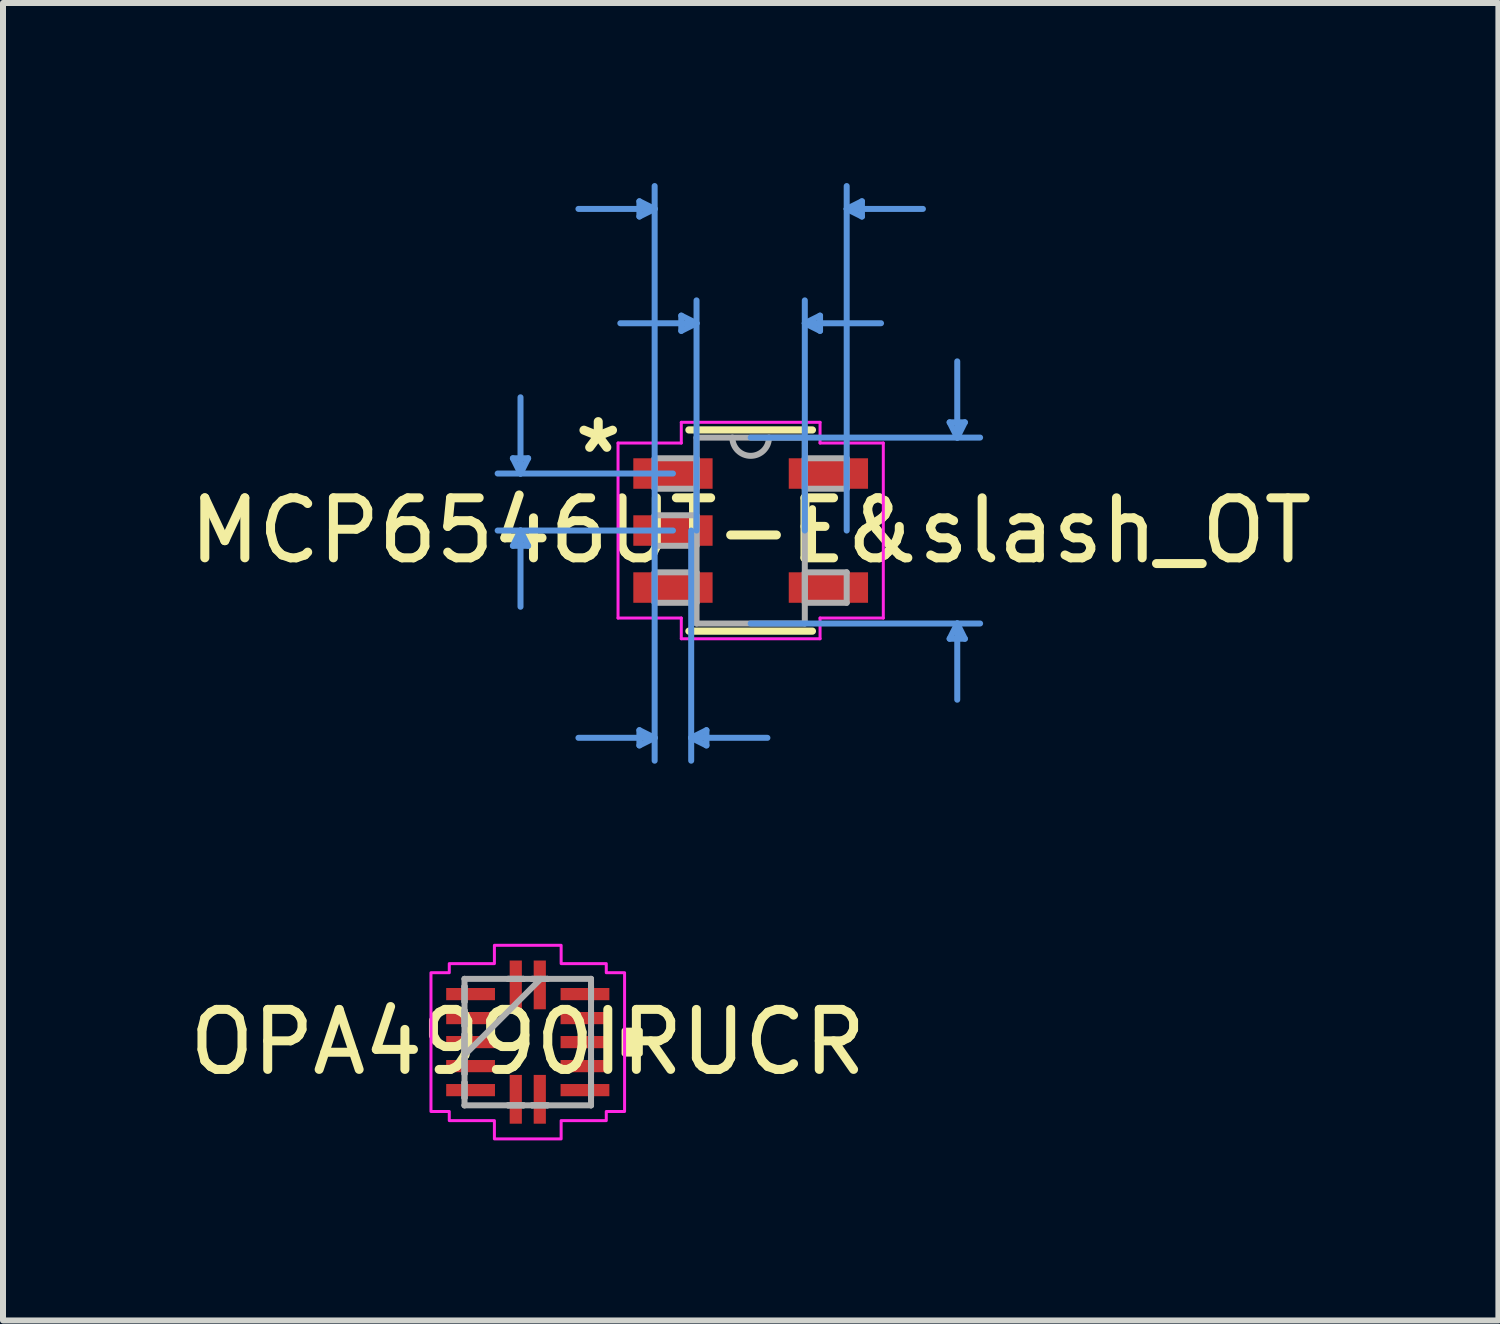
<source format=kicad_pcb>
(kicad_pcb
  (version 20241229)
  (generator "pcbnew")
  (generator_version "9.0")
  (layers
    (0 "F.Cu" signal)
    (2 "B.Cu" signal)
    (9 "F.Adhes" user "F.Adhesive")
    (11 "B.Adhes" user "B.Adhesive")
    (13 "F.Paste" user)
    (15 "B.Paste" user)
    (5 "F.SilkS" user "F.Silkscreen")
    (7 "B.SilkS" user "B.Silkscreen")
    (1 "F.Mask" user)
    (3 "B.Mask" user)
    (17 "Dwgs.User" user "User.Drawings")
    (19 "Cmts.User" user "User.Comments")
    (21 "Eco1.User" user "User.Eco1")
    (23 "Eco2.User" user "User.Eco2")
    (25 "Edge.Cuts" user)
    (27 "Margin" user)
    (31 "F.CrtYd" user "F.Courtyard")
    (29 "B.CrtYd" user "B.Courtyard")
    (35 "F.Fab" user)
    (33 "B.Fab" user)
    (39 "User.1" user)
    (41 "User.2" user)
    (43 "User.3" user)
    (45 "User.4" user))
  (footprint "MCP6546UT-E&slash_OT"
    (layer "F.Cu")
    (at 9.458 5.79)
    (property "Reference" "MCP6546UT-E&slash_OT" (at 0 0 0) (layer "F.SilkS") (effects (font (size 1 1) (thickness 0.15))))
    (attr through_hole)
    (fp_line (start -1.029 1.676) (end 1.029 1.676) (stroke (width 0.12) (type solid)) (layer "F.SilkS"))
    (fp_line (start 1.029 -1.676) (end -1.029 -1.676) (stroke (width 0.12) (type solid)) (layer "F.SilkS"))
    (fp_line (start 1.029 0.363) (end 1.029 -0.363) (stroke (width 0.12) (type solid)) (layer "F.SilkS"))
    (fp_line (start -3.962 -1.204) (end -3.708 -1.204) (stroke (width 0.1) (type solid)) (layer "Cmts.User"))
    (fp_line (start -3.962 0.254) (end -3.708 0.254) (stroke (width 0.1) (type solid)) (layer "Cmts.User"))
    (fp_line (start -3.835 -0.95) (end -3.962 -1.204) (stroke (width 0.1) (type solid)) (layer "Cmts.User"))
    (fp_line (start -3.835 -0.95) (end -3.835 -2.22) (stroke (width 0.1) (type solid)) (layer "Cmts.User"))
    (fp_line (start -3.835 -0.95) (end -3.708 -1.204) (stroke (width 0.1) (type solid)) (layer "Cmts.User"))
    (fp_line (start -3.835 0) (end -3.962 0.254) (stroke (width 0.1) (type solid)) (layer "Cmts.User"))
    (fp_line (start -3.835 0) (end -3.835 1.27) (stroke (width 0.1) (type solid)) (layer "Cmts.User"))
    (fp_line (start -3.835 0) (end -3.708 0.254) (stroke (width 0.1) (type solid)) (layer "Cmts.User"))
    (fp_line (start -1.854 -5.486) (end -1.854 -5.232) (stroke (width 0.1) (type solid)) (layer "Cmts.User"))
    (fp_line (start -1.854 3.327) (end -1.854 3.581) (stroke (width 0.1) (type solid)) (layer "Cmts.User"))
    (fp_line (start -1.6 -5.359) (end -2.87 -5.359) (stroke (width 0.1) (type solid)) (layer "Cmts.User"))
    (fp_line (start -1.6 -5.359) (end -1.854 -5.486) (stroke (width 0.1) (type solid)) (layer "Cmts.User"))
    (fp_line (start -1.6 -5.359) (end -1.854 -5.232) (stroke (width 0.1) (type solid)) (layer "Cmts.User"))
    (fp_line (start -1.6 0) (end -1.6 -5.74) (stroke (width 0.1) (type solid)) (layer "Cmts.User"))
    (fp_line (start -1.6 0) (end -1.6 3.835) (stroke (width 0.1) (type solid)) (layer "Cmts.User"))
    (fp_line (start -1.6 3.454) (end -2.87 3.454) (stroke (width 0.1) (type solid)) (layer "Cmts.User"))
    (fp_line (start -1.6 3.454) (end -1.854 3.327) (stroke (width 0.1) (type solid)) (layer "Cmts.User"))
    (fp_line (start -1.6 3.454) (end -1.854 3.581) (stroke (width 0.1) (type solid)) (layer "Cmts.User"))
    (fp_line (start -1.295 -0.95) (end -4.216 -0.95) (stroke (width 0.1) (type solid)) (layer "Cmts.User"))
    (fp_line (start -1.295 0) (end -4.216 0) (stroke (width 0.1) (type solid)) (layer "Cmts.User"))
    (fp_line (start -1.156 -3.581) (end -1.156 -3.327) (stroke (width 0.1) (type solid)) (layer "Cmts.User"))
    (fp_line (start -0.991 0) (end -0.991 3.835) (stroke (width 0.1) (type solid)) (layer "Cmts.User"))
    (fp_line (start -0.991 3.454) (end -0.737 3.327) (stroke (width 0.1) (type solid)) (layer "Cmts.User"))
    (fp_line (start -0.991 3.454) (end -0.737 3.581) (stroke (width 0.1) (type solid)) (layer "Cmts.User"))
    (fp_line (start -0.991 3.454) (end 0.279 3.454) (stroke (width 0.1) (type solid)) (layer "Cmts.User"))
    (fp_line (start -0.902 -3.454) (end -2.172 -3.454) (stroke (width 0.1) (type solid)) (layer "Cmts.User"))
    (fp_line (start -0.902 -3.454) (end -1.156 -3.581) (stroke (width 0.1) (type solid)) (layer "Cmts.User"))
    (fp_line (start -0.902 -3.454) (end -1.156 -3.327) (stroke (width 0.1) (type solid)) (layer "Cmts.User"))
    (fp_line (start -0.902 0) (end -0.902 -3.835) (stroke (width 0.1) (type solid)) (layer "Cmts.User"))
    (fp_line (start -0.737 3.327) (end -0.737 3.581) (stroke (width 0.1) (type solid)) (layer "Cmts.User"))
    (fp_line (start 0 -1.549) (end 3.823 -1.549) (stroke (width 0.1) (type solid)) (layer "Cmts.User"))
    (fp_line (start 0 1.549) (end 3.823 1.549) (stroke (width 0.1) (type solid)) (layer "Cmts.User"))
    (fp_line (start 0.902 -3.454) (end 1.156 -3.581) (stroke (width 0.1) (type solid)) (layer "Cmts.User"))
    (fp_line (start 0.902 -3.454) (end 1.156 -3.327) (stroke (width 0.1) (type solid)) (layer "Cmts.User"))
    (fp_line (start 0.902 -3.454) (end 2.172 -3.454) (stroke (width 0.1) (type solid)) (layer "Cmts.User"))
    (fp_line (start 0.902 0) (end 0.902 -3.835) (stroke (width 0.1) (type solid)) (layer "Cmts.User"))
    (fp_line (start 1.156 -3.581) (end 1.156 -3.327) (stroke (width 0.1) (type solid)) (layer "Cmts.User"))
    (fp_line (start 1.6 -5.359) (end 1.854 -5.486) (stroke (width 0.1) (type solid)) (layer "Cmts.User"))
    (fp_line (start 1.6 -5.359) (end 1.854 -5.232) (stroke (width 0.1) (type solid)) (layer "Cmts.User"))
    (fp_line (start 1.6 -5.359) (end 2.87 -5.359) (stroke (width 0.1) (type solid)) (layer "Cmts.User"))
    (fp_line (start 1.6 0) (end 1.6 -5.74) (stroke (width 0.1) (type solid)) (layer "Cmts.User"))
    (fp_line (start 1.854 -5.486) (end 1.854 -5.232) (stroke (width 0.1) (type solid)) (layer "Cmts.User"))
    (fp_line (start 3.315 -1.803) (end 3.569 -1.803) (stroke (width 0.1) (type solid)) (layer "Cmts.User"))
    (fp_line (start 3.315 1.803) (end 3.569 1.803) (stroke (width 0.1) (type solid)) (layer "Cmts.User"))
    (fp_line (start 3.442 -1.549) (end 3.315 -1.803) (stroke (width 0.1) (type solid)) (layer "Cmts.User"))
    (fp_line (start 3.442 -1.549) (end 3.442 -2.819) (stroke (width 0.1) (type solid)) (layer "Cmts.User"))
    (fp_line (start 3.442 -1.549) (end 3.569 -1.803) (stroke (width 0.1) (type solid)) (layer "Cmts.User"))
    (fp_line (start 3.442 1.549) (end 3.315 1.803) (stroke (width 0.1) (type solid)) (layer "Cmts.User"))
    (fp_line (start 3.442 1.549) (end 3.442 2.819) (stroke (width 0.1) (type solid)) (layer "Cmts.User"))
    (fp_line (start 3.442 1.549) (end 3.569 1.803) (stroke (width 0.1) (type solid)) (layer "Cmts.User"))
    (fp_line (start -2.21 -1.458) (end -1.156 -1.458) (stroke (width 0.05) (type solid)) (layer "F.CrtYd"))
    (fp_line (start -2.21 1.458) (end -2.21 -1.458) (stroke (width 0.05) (type solid)) (layer "F.CrtYd"))
    (fp_line (start -1.156 -1.803) (end 1.156 -1.803) (stroke (width 0.05) (type solid)) (layer "F.CrtYd"))
    (fp_line (start -1.156 -1.458) (end -1.156 -1.803) (stroke (width 0.05) (type solid)) (layer "F.CrtYd"))
    (fp_line (start -1.156 1.458) (end -2.21 1.458) (stroke (width 0.05) (type solid)) (layer "F.CrtYd"))
    (fp_line (start -1.156 1.803) (end -1.156 1.458) (stroke (width 0.05) (type solid)) (layer "F.CrtYd"))
    (fp_line (start 1.156 -1.803) (end 1.156 -1.458) (stroke (width 0.05) (type solid)) (layer "F.CrtYd"))
    (fp_line (start 1.156 -1.458) (end 2.21 -1.458) (stroke (width 0.05) (type solid)) (layer "F.CrtYd"))
    (fp_line (start 1.156 1.458) (end 1.156 1.803) (stroke (width 0.05) (type solid)) (layer "F.CrtYd"))
    (fp_line (start 1.156 1.803) (end -1.156 1.803) (stroke (width 0.05) (type solid)) (layer "F.CrtYd"))
    (fp_line (start 2.21 -1.458) (end 2.21 1.458) (stroke (width 0.05) (type solid)) (layer "F.CrtYd"))
    (fp_line (start 2.21 1.458) (end 1.156 1.458) (stroke (width 0.05) (type solid)) (layer "F.CrtYd"))
    (fp_line (start -1.6 -1.204) (end -1.6 -0.696) (stroke (width 0.1) (type solid)) (layer "F.Fab"))
    (fp_line (start -1.6 -0.696) (end -0.902 -0.696) (stroke (width 0.1) (type solid)) (layer "F.Fab"))
    (fp_line (start -1.6 -0.254) (end -1.6 0.254) (stroke (width 0.1) (type solid)) (layer "F.Fab"))
    (fp_line (start -1.6 0.254) (end -0.902 0.254) (stroke (width 0.1) (type solid)) (layer "F.Fab"))
    (fp_line (start -1.6 0.696) (end -1.6 1.204) (stroke (width 0.1) (type solid)) (layer "F.Fab"))
    (fp_line (start -1.6 1.204) (end -0.902 1.204) (stroke (width 0.1) (type solid)) (layer "F.Fab"))
    (fp_line (start -0.902 -1.549) (end -0.902 1.549) (stroke (width 0.1) (type solid)) (layer "F.Fab"))
    (fp_line (start -0.902 -1.204) (end -1.6 -1.204) (stroke (width 0.1) (type solid)) (layer "F.Fab"))
    (fp_line (start -0.902 -0.696) (end -0.902 -1.204) (stroke (width 0.1) (type solid)) (layer "F.Fab"))
    (fp_line (start -0.902 -0.254) (end -1.6 -0.254) (stroke (width 0.1) (type solid)) (layer "F.Fab"))
    (fp_line (start -0.902 0.254) (end -0.902 -0.254) (stroke (width 0.1) (type solid)) (layer "F.Fab"))
    (fp_line (start -0.902 0.696) (end -1.6 0.696) (stroke (width 0.1) (type solid)) (layer "F.Fab"))
    (fp_line (start -0.902 1.204) (end -0.902 0.696) (stroke (width 0.1) (type solid)) (layer "F.Fab"))
    (fp_line (start -0.902 1.549) (end 0.902 1.549) (stroke (width 0.1) (type solid)) (layer "F.Fab"))
    (fp_line (start 0.902 -1.549) (end -0.902 -1.549) (stroke (width 0.1) (type solid)) (layer "F.Fab"))
    (fp_line (start 0.902 -1.204) (end 0.902 -0.696) (stroke (width 0.1) (type solid)) (layer "F.Fab"))
    (fp_line (start 0.902 -0.696) (end 1.6 -0.696) (stroke (width 0.1) (type solid)) (layer "F.Fab"))
    (fp_line (start 0.902 0.696) (end 0.902 1.204) (stroke (width 0.1) (type solid)) (layer "F.Fab"))
    (fp_line (start 0.902 1.204) (end 1.6 1.204) (stroke (width 0.1) (type solid)) (layer "F.Fab"))
    (fp_line (start 0.902 1.549) (end 0.902 -1.549) (stroke (width 0.1) (type solid)) (layer "F.Fab"))
    (fp_line (start 1.6 -1.204) (end 0.902 -1.204) (stroke (width 0.1) (type solid)) (layer "F.Fab"))
    (fp_line (start 1.6 -0.696) (end 1.6 -1.204) (stroke (width 0.1) (type solid)) (layer "F.Fab"))
    (fp_line (start 1.6 0.696) (end 0.902 0.696) (stroke (width 0.1) (type solid)) (layer "F.Fab"))
    (fp_line (start 1.6 1.204) (end 1.6 0.696) (stroke (width 0.1) (type solid)) (layer "F.Fab"))
    (fp_arc (start 0.3048 -1.5494) (mid 0 -1.2446) (end -0.3048 -1.5494) (stroke (width 0.1) (type solid)) (layer "F.Fab"))
    (fp_text user "*" (at -2.54 -1.27 0) (layer "F.SilkS") (effects (font (size 1 1) (thickness 0.15))))
    (pad "1" smd rect (at -1.295 -0.95) (size 1.321 0.508) (layers "F.Cu" "F.Mask" "F.Paste"))
    (pad "2" smd rect (at -1.295 0) (size 1.321 0.508) (layers "F.Cu" "F.Mask" "F.Paste"))
    (pad "3" smd rect (at -1.295 0.95) (size 1.321 0.508) (layers "F.Cu" "F.Mask" "F.Paste"))
    (pad "4" smd rect (at 1.295 0.95) (size 1.321 0.508) (layers "F.Cu" "F.Mask" "F.Paste"))
    (pad "5" smd rect (at 1.295 -0.95) (size 1.321 0.508) (layers "F.Cu" "F.Mask" "F.Paste")))
  (footprint "OPA4990IRUCR"
    (layer "F.Cu")
    (at 5.744 14.314)
    (property "Reference" "OPA4990IRUCR" (at 0 0 0) (layer "F.SilkS") (effects (font (size 1 1) (thickness 0.15))))
    (attr through_hole)
    (fp_poly (pts (xy 1.867 -0.191) (xy 1.867 0.191) (xy 1.613 0.191) (xy 1.613 -0.191)) (stroke (width 0.1) (type solid)) (fill yes) (layer "F.SilkS"))
    (fp_poly (pts (xy -0.556 1.308) (xy -0.556 1.613) (xy 0.556 1.613) (xy 0.556 1.308) (xy 1.308 1.308) (xy 1.308 1.156) (xy 1.613 1.156) (xy 1.613 -1.156) (xy 1.308 -1.156) (xy 1.308 -1.308) (xy 0.556 -1.308) (xy 0.556 -1.613) (xy -0.556 -1.613) (xy -0.556 -1.308) (xy -1.308 -1.308) (xy -1.308 -1.156) (xy -1.613 -1.156) (xy -1.613 1.156) (xy -1.308 1.156) (xy -1.308 1.308)) (stroke (width 0.05) (type solid)) (fill no) (layer "F.CrtYd"))
    (fp_line (start -1.054 -1.054) (end -1.054 -1.054) (stroke (width 0.1) (type solid)) (layer "F.Fab"))
    (fp_line (start -1.054 -1.054) (end -1.054 1.054) (stroke (width 0.1) (type solid)) (layer "F.Fab"))
    (fp_line (start -1.054 -0.927) (end -1.054 -0.927) (stroke (width 0.1) (type solid)) (layer "F.Fab"))
    (fp_line (start -1.054 -0.927) (end -1.054 -0.673) (stroke (width 0.1) (type solid)) (layer "F.Fab"))
    (fp_line (start -1.054 -0.673) (end -1.054 -0.927) (stroke (width 0.1) (type solid)) (layer "F.Fab"))
    (fp_line (start -1.054 -0.673) (end -1.054 -0.673) (stroke (width 0.1) (type solid)) (layer "F.Fab"))
    (fp_line (start -1.054 -0.527) (end -1.054 -0.527) (stroke (width 0.1) (type solid)) (layer "F.Fab"))
    (fp_line (start -1.054 -0.527) (end -1.054 -0.273) (stroke (width 0.1) (type solid)) (layer "F.Fab"))
    (fp_line (start -1.054 -0.273) (end -1.054 -0.527) (stroke (width 0.1) (type solid)) (layer "F.Fab"))
    (fp_line (start -1.054 -0.273) (end -1.054 -0.273) (stroke (width 0.1) (type solid)) (layer "F.Fab"))
    (fp_line (start -1.054 -0.127) (end -1.054 -0.127) (stroke (width 0.1) (type solid)) (layer "F.Fab"))
    (fp_line (start -1.054 -0.127) (end -1.054 0.127) (stroke (width 0.1) (type solid)) (layer "F.Fab"))
    (fp_line (start -1.054 0.127) (end -1.054 -0.127) (stroke (width 0.1) (type solid)) (layer "F.Fab"))
    (fp_line (start -1.054 0.127) (end -1.054 0.127) (stroke (width 0.1) (type solid)) (layer "F.Fab"))
    (fp_line (start -1.054 0.216) (end 0.216 -1.054) (stroke (width 0.1) (type solid)) (layer "F.Fab"))
    (fp_line (start -1.054 0.273) (end -1.054 0.273) (stroke (width 0.1) (type solid)) (layer "F.Fab"))
    (fp_line (start -1.054 0.273) (end -1.054 0.527) (stroke (width 0.1) (type solid)) (layer "F.Fab"))
    (fp_line (start -1.054 0.527) (end -1.054 0.273) (stroke (width 0.1) (type solid)) (layer "F.Fab"))
    (fp_line (start -1.054 0.527) (end -1.054 0.527) (stroke (width 0.1) (type solid)) (layer "F.Fab"))
    (fp_line (start -1.054 0.673) (end -1.054 0.673) (stroke (width 0.1) (type solid)) (layer "F.Fab"))
    (fp_line (start -1.054 0.673) (end -1.054 0.927) (stroke (width 0.1) (type solid)) (layer "F.Fab"))
    (fp_line (start -1.054 0.927) (end -1.054 0.673) (stroke (width 0.1) (type solid)) (layer "F.Fab"))
    (fp_line (start -1.054 0.927) (end -1.054 0.927) (stroke (width 0.1) (type solid)) (layer "F.Fab"))
    (fp_line (start -1.054 1.054) (end -1.054 1.054) (stroke (width 0.1) (type solid)) (layer "F.Fab"))
    (fp_line (start -1.054 1.054) (end 1.054 1.054) (stroke (width 0.1) (type solid)) (layer "F.Fab"))
    (fp_line (start -0.327 -1.054) (end -0.327 -1.054) (stroke (width 0.1) (type solid)) (layer "F.Fab"))
    (fp_line (start -0.327 -1.054) (end -0.073 -1.054) (stroke (width 0.1) (type solid)) (layer "F.Fab"))
    (fp_line (start -0.327 1.054) (end -0.327 1.054) (stroke (width 0.1) (type solid)) (layer "F.Fab"))
    (fp_line (start -0.327 1.054) (end -0.073 1.054) (stroke (width 0.1) (type solid)) (layer "F.Fab"))
    (fp_line (start -0.073 -1.054) (end -0.327 -1.054) (stroke (width 0.1) (type solid)) (layer "F.Fab"))
    (fp_line (start -0.073 -1.054) (end -0.073 -1.054) (stroke (width 0.1) (type solid)) (layer "F.Fab"))
    (fp_line (start -0.073 1.054) (end -0.327 1.054) (stroke (width 0.1) (type solid)) (layer "F.Fab"))
    (fp_line (start -0.073 1.054) (end -0.073 1.054) (stroke (width 0.1) (type solid)) (layer "F.Fab"))
    (fp_line (start 0.073 -1.054) (end 0.073 -1.054) (stroke (width 0.1) (type solid)) (layer "F.Fab"))
    (fp_line (start 0.073 -1.054) (end 0.327 -1.054) (stroke (width 0.1) (type solid)) (layer "F.Fab"))
    (fp_line (start 0.073 1.054) (end 0.073 1.054) (stroke (width 0.1) (type solid)) (layer "F.Fab"))
    (fp_line (start 0.073 1.054) (end 0.327 1.054) (stroke (width 0.1) (type solid)) (layer "F.Fab"))
    (fp_line (start 0.327 -1.054) (end 0.073 -1.054) (stroke (width 0.1) (type solid)) (layer "F.Fab"))
    (fp_line (start 0.327 -1.054) (end 0.327 -1.054) (stroke (width 0.1) (type solid)) (layer "F.Fab"))
    (fp_line (start 0.327 1.054) (end 0.073 1.054) (stroke (width 0.1) (type solid)) (layer "F.Fab"))
    (fp_line (start 0.327 1.054) (end 0.327 1.054) (stroke (width 0.1) (type solid)) (layer "F.Fab"))
    (fp_line (start 1.054 -1.054) (end -1.054 -1.054) (stroke (width 0.1) (type solid)) (layer "F.Fab"))
    (fp_line (start 1.054 -1.054) (end 1.054 -1.054) (stroke (width 0.1) (type solid)) (layer "F.Fab"))
    (fp_line (start 1.054 -0.927) (end 1.054 -0.927) (stroke (width 0.1) (type solid)) (layer "F.Fab"))
    (fp_line (start 1.054 -0.927) (end 1.054 -0.673) (stroke (width 0.1) (type solid)) (layer "F.Fab"))
    (fp_line (start 1.054 -0.673) (end 1.054 -0.927) (stroke (width 0.1) (type solid)) (layer "F.Fab"))
    (fp_line (start 1.054 -0.673) (end 1.054 -0.673) (stroke (width 0.1) (type solid)) (layer "F.Fab"))
    (fp_line (start 1.054 -0.527) (end 1.054 -0.527) (stroke (width 0.1) (type solid)) (layer "F.Fab"))
    (fp_line (start 1.054 -0.527) (end 1.054 -0.273) (stroke (width 0.1) (type solid)) (layer "F.Fab"))
    (fp_line (start 1.054 -0.273) (end 1.054 -0.527) (stroke (width 0.1) (type solid)) (layer "F.Fab"))
    (fp_line (start 1.054 -0.273) (end 1.054 -0.273) (stroke (width 0.1) (type solid)) (layer "F.Fab"))
    (fp_line (start 1.054 -0.127) (end 1.054 -0.127) (stroke (width 0.1) (type solid)) (layer "F.Fab"))
    (fp_line (start 1.054 -0.127) (end 1.054 0.127) (stroke (width 0.1) (type solid)) (layer "F.Fab"))
    (fp_line (start 1.054 0.127) (end 1.054 -0.127) (stroke (width 0.1) (type solid)) (layer "F.Fab"))
    (fp_line (start 1.054 0.127) (end 1.054 0.127) (stroke (width 0.1) (type solid)) (layer "F.Fab"))
    (fp_line (start 1.054 0.273) (end 1.054 0.273) (stroke (width 0.1) (type solid)) (layer "F.Fab"))
    (fp_line (start 1.054 0.273) (end 1.054 0.527) (stroke (width 0.1) (type solid)) (layer "F.Fab"))
    (fp_line (start 1.054 0.527) (end 1.054 0.273) (stroke (width 0.1) (type solid)) (layer "F.Fab"))
    (fp_line (start 1.054 0.527) (end 1.054 0.527) (stroke (width 0.1) (type solid)) (layer "F.Fab"))
    (fp_line (start 1.054 0.673) (end 1.054 0.673) (stroke (width 0.1) (type solid)) (layer "F.Fab"))
    (fp_line (start 1.054 0.673) (end 1.054 0.927) (stroke (width 0.1) (type solid)) (layer "F.Fab"))
    (fp_line (start 1.054 0.927) (end 1.054 0.673) (stroke (width 0.1) (type solid)) (layer "F.Fab"))
    (fp_line (start 1.054 0.927) (end 1.054 0.927) (stroke (width 0.1) (type solid)) (layer "F.Fab"))
    (fp_line (start 1.054 1.054) (end 1.054 -1.054) (stroke (width 0.1) (type solid)) (layer "F.Fab"))
    (fp_line (start 1.054 1.054) (end 1.054 1.054) (stroke (width 0.1) (type solid)) (layer "F.Fab"))
    (pad "1" smd rect (at -0.953 -0.8 90) (size 0.203 0.813) (layers "F.Cu" "F.Mask" "F.Paste"))
    (pad "2" smd rect (at -0.953 -0.4 90) (size 0.203 0.813) (layers "F.Cu" "F.Mask" "F.Paste"))
    (pad "3" smd rect (at -0.953 0 90) (size 0.203 0.813) (layers "F.Cu" "F.Mask" "F.Paste"))
    (pad "4" smd rect (at -0.953 0.4 90) (size 0.203 0.813) (layers "F.Cu" "F.Mask" "F.Paste"))
    (pad "5" smd rect (at -0.953 0.8 90) (size 0.203 0.813) (layers "F.Cu" "F.Mask" "F.Paste"))
    (pad "6" smd rect (at -0.2 0.953) (size 0.203 0.813) (layers "F.Cu" "F.Mask" "F.Paste"))
    (pad "7" smd rect (at 0.2 0.953) (size 0.203 0.813) (layers "F.Cu" "F.Mask" "F.Paste"))
    (pad "8" smd rect (at 0.953 0.8 90) (size 0.203 0.813) (layers "F.Cu" "F.Mask" "F.Paste"))
    (pad "9" smd rect (at 0.953 0.4 90) (size 0.203 0.813) (layers "F.Cu" "F.Mask" "F.Paste"))
    (pad "10" smd rect (at 0.953 0 90) (size 0.203 0.813) (layers "F.Cu" "F.Mask" "F.Paste"))
    (pad "11" smd rect (at 0.953 -0.4 90) (size 0.203 0.813) (layers "F.Cu" "F.Mask" "F.Paste"))
    (pad "12" smd rect (at 0.953 -0.8 90) (size 0.203 0.813) (layers "F.Cu" "F.Mask" "F.Paste"))
    (pad "13" smd rect (at 0.2 -0.953) (size 0.203 0.813) (layers "F.Cu" "F.Mask" "F.Paste"))
    (pad "14" smd rect (at -0.2 -0.953) (size 0.203 0.813) (layers "F.Cu" "F.Mask" "F.Paste")))
  (gr_rect
    (start -3 -3)
    (end 21.917 18.952)
    (stroke (width 0.1) (type default))
    (fill no)
    (layer "Edge.Cuts")))
</source>
